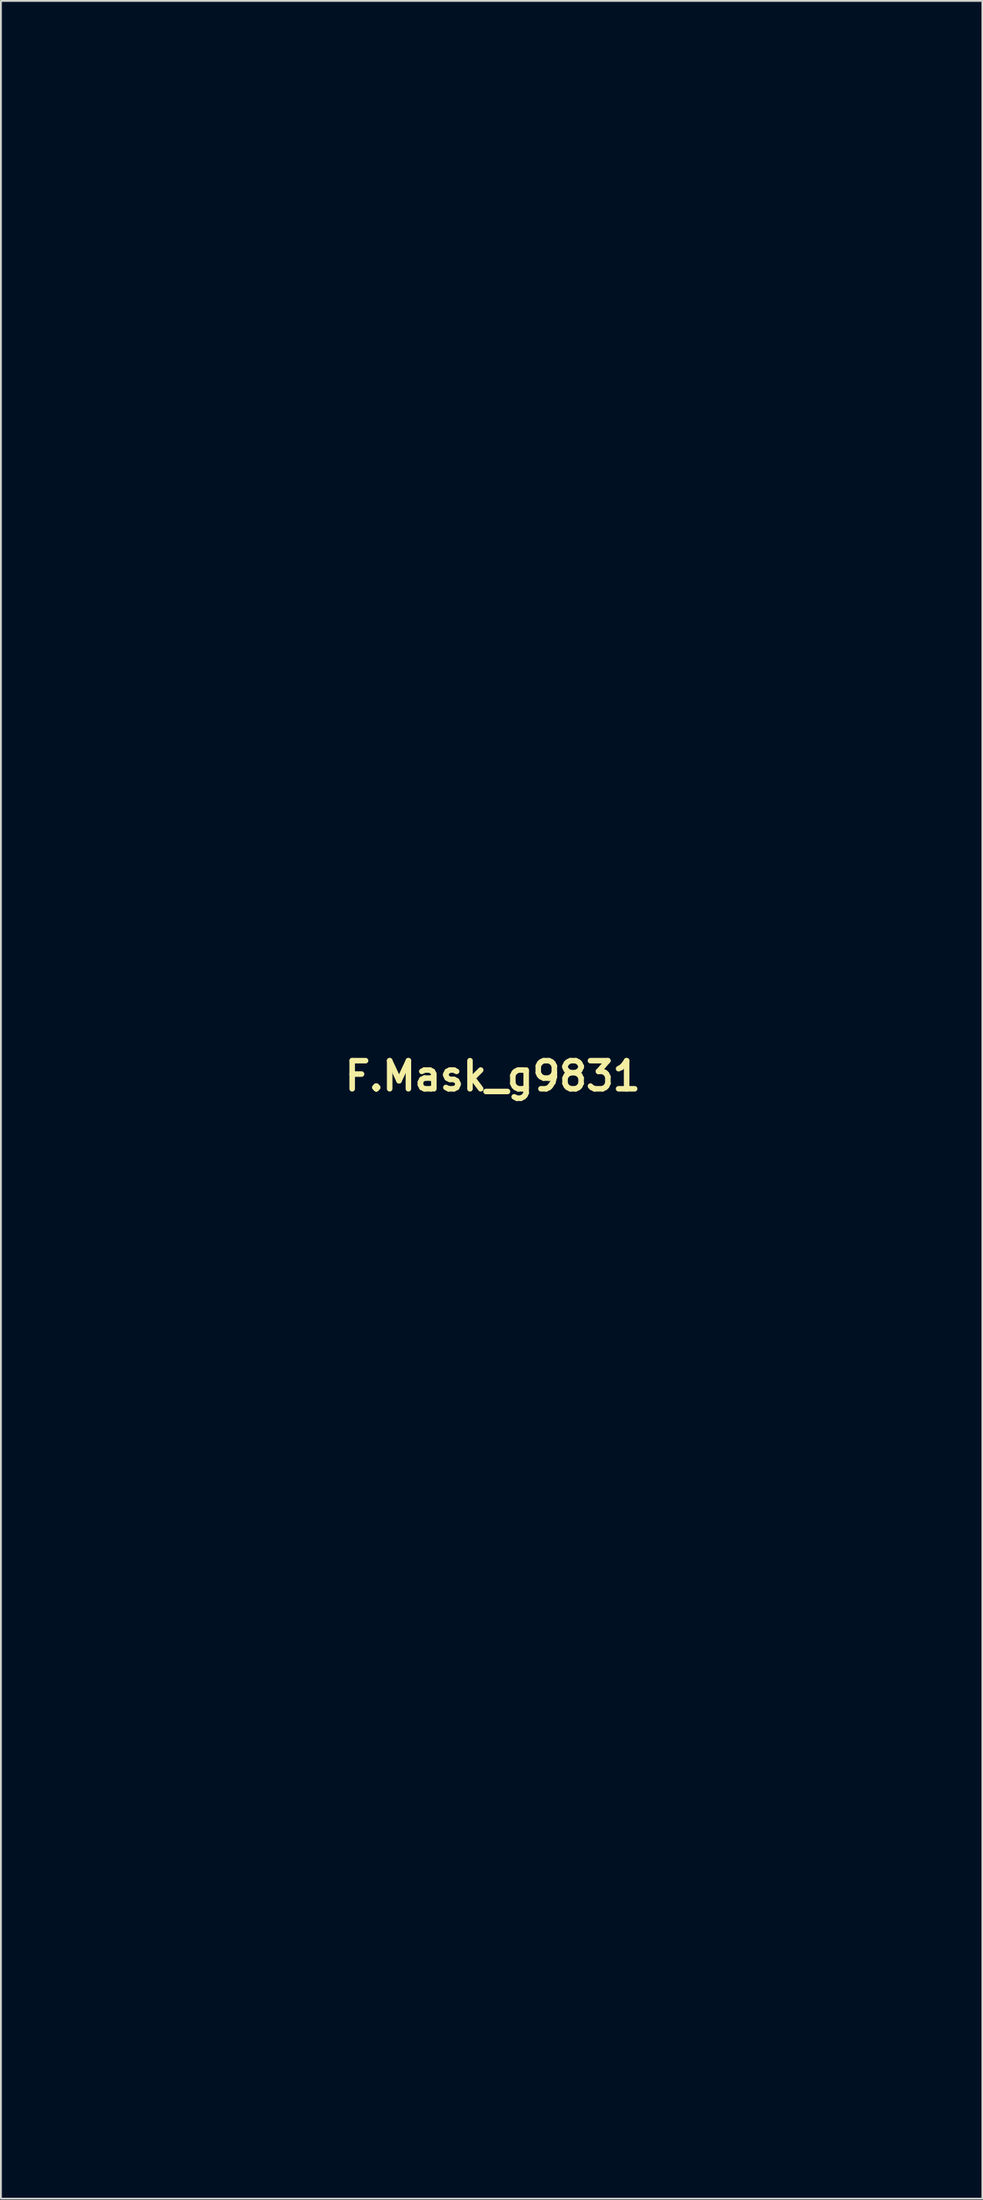
<source format=kicad_pcb>
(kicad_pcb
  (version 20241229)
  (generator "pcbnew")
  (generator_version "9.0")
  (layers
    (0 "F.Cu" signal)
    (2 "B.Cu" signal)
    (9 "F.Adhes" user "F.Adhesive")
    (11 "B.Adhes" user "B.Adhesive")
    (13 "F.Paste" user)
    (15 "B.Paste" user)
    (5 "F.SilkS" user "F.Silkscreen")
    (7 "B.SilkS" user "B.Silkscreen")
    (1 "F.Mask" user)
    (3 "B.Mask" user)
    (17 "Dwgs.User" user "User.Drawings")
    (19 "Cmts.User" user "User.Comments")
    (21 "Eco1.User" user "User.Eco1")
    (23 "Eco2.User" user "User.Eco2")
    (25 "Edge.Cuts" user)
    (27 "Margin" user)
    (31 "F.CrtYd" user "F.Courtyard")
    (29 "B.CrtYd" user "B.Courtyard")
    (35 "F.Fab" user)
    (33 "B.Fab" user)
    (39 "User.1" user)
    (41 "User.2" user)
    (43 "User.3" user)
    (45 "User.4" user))
  (footprint "F.Mask_g9831"
    (layer "F.Cu")
    (at 23.662 55.255)
    (property "Reference" "F.Mask_g9831" (at 0 0 0) (layer "F.SilkS") (effects (font (size 1.524 1.524) (thickness 0.3))))
    (attr through_hole)
    (fp_poly (pts (xy 0.212 52.642) (xy 0.252 52.68) (xy 0.254 52.686) (xy 0.221 52.705) (xy 0.212 52.705) (xy 0.171 52.672) (xy 0.169 52.66) (xy 0.195 52.635) (xy 0.212 52.642)) (stroke (width 0.01) (type solid)) (fill yes) (layer "F.Mask"))
    (fp_poly (pts (xy -13.843 -54.441) (xy -15.663 -54.441) (xy -15.663 -53.044) (xy -14.012 -53.044) (xy -14.012 -52.663) (xy -15.663 -52.663) (xy -15.663 -51.013) (xy -14.658 -51.002) (xy -13.652 -50.99) (xy -13.639 -50.811) (xy -13.626 -50.631) (xy -18.373 -50.631) (xy -18.373 -51.012) (xy -17.653 -51.012) (xy -17.653 -53.467) (xy -17.23 -53.467) (xy -17.23 -51.012) (xy -16.087 -51.012) (xy -16.087 -54.441) (xy -18.161 -54.441) (xy -18.161 -54.822) (xy -13.843 -54.822) (xy -13.843 -54.441)) (stroke (width 0.01) (type solid)) (fill yes) (layer "F.Mask"))
    (fp_poly (pts (xy -20.391 -53.359) (xy -20.185 -53.216) (xy -19.939 -53.038) (xy -19.678 -52.841) (xy -19.425 -52.644) (xy -19.204 -52.465) (xy -19.092 -52.369) (xy -18.902 -52.203) (xy -19.048 -52.052) (xy -19.137 -51.965) (xy -19.202 -51.91) (xy -19.22 -51.901) (xy -19.262 -51.929) (xy -19.338 -51.999) (xy -19.37 -52.032) (xy -19.475 -52.133) (xy -19.632 -52.272) (xy -19.826 -52.436) (xy -20.041 -52.612) (xy -20.263 -52.789) (xy -20.475 -52.953) (xy -20.663 -53.092) (xy -20.669 -53.096) (xy -20.997 -53.33) (xy -20.846 -53.445) (xy -20.695 -53.56) (xy -20.391 -53.359)) (stroke (width 0.01) (type solid)) (fill yes) (layer "F.Mask"))
    (fp_poly (pts (xy 15.938 -55.224) (xy 15.962 -54.271) (xy 17.865 -54.271) (xy 17.865 -51.816) (xy 17.441 -51.816) (xy 17.441 -52.112) (xy 15.961 -52.112) (xy 15.938 -50.398) (xy 15.737 -50.385) (xy 15.536 -50.372) (xy 15.536 -52.112) (xy 14.012 -52.112) (xy 14.012 -51.774) (xy 13.631 -51.774) (xy 13.631 -53.89) (xy 14.012 -53.89) (xy 14.012 -52.493) (xy 15.536 -52.493) (xy 15.536 -53.89) (xy 15.96 -53.89) (xy 15.96 -52.493) (xy 17.441 -52.493) (xy 17.441 -53.89) (xy 15.96 -53.89) (xy 15.536 -53.89) (xy 14.012 -53.89) (xy 13.631 -53.89) (xy 13.631 -54.271) (xy 15.536 -54.271) (xy 15.536 -55.25) (xy 15.938 -55.224)) (stroke (width 0.01) (type solid)) (fill yes) (layer "F.Mask"))
    (fp_poly (pts (xy 22.79 -53.16) (xy 22.932 -52.932) (xy 23.074 -52.681) (xy 23.208 -52.422) (xy 23.329 -52.17) (xy 23.428 -51.939) (xy 23.499 -51.746) (xy 23.534 -51.604) (xy 23.537 -51.568) (xy 23.503 -51.535) (xy 23.419 -51.487) (xy 23.316 -51.437) (xy 23.223 -51.402) (xy 23.18 -51.393) (xy 23.16 -51.43) (xy 23.122 -51.527) (xy 23.074 -51.665) (xy 23.069 -51.678) (xy 22.962 -51.963) (xy 22.82 -52.283) (xy 22.657 -52.607) (xy 22.49 -52.903) (xy 22.415 -53.02) (xy 22.328 -53.156) (xy 22.261 -53.261) (xy 22.227 -53.319) (xy 22.225 -53.324) (xy 22.259 -53.35) (xy 22.345 -53.399) (xy 22.392 -53.423) (xy 22.559 -53.509) (xy 22.79 -53.16)) (stroke (width 0.01) (type solid)) (fill yes) (layer "F.Mask"))
    (fp_poly (pts (xy 19.312 -53.296) (xy 19.422 -53.272) (xy 19.491 -53.25) (xy 19.498 -53.245) (xy 19.504 -53.191) (xy 19.493 -53.072) (xy 19.468 -52.902) (xy 19.431 -52.699) (xy 19.386 -52.479) (xy 19.341 -52.282) (xy 19.293 -52.115) (xy 19.229 -51.926) (xy 19.155 -51.731) (xy 19.078 -51.547) (xy 19.006 -51.391) (xy 18.944 -51.278) (xy 18.9 -51.226) (xy 18.894 -51.224) (xy 18.839 -51.245) (xy 18.744 -51.297) (xy 18.711 -51.317) (xy 18.616 -51.376) (xy 18.558 -51.412) (xy 18.551 -51.416) (xy 18.564 -51.453) (xy 18.612 -51.541) (xy 18.665 -51.631) (xy 18.791 -51.88) (xy 18.907 -52.193) (xy 19.006 -52.55) (xy 19.078 -52.91) (xy 19.147 -53.326) (xy 19.312 -53.296)) (stroke (width 0.01) (type solid)) (fill yes) (layer "F.Mask"))
    (fp_poly (pts (xy -19.05 -54.441) (xy -20.736 -54.441) (xy -21.082 -53.892) (xy -21.082 -50.419) (xy -21.505 -50.419) (xy -21.505 -53.347) (xy -21.823 -53.027) (xy -22.306 -52.581) (xy -22.82 -52.186) (xy -23.091 -52.006) (xy -23.415 -51.804) (xy -23.538 -51.948) (xy -23.63 -52.07) (xy -23.657 -52.15) (xy -23.621 -52.201) (xy -23.582 -52.218) (xy -23.48 -52.265) (xy -23.328 -52.356) (xy -23.142 -52.478) (xy -22.939 -52.621) (xy -22.733 -52.774) (xy -22.541 -52.926) (xy -22.487 -52.971) (xy -22.15 -53.283) (xy -21.822 -53.636) (xy -21.53 -54) (xy -21.414 -54.166) (xy -21.244 -54.419) (xy -22.401 -54.441) (xy -23.558 -54.462) (xy -23.558 -54.843) (xy -21.304 -54.854) (xy -19.05 -54.865) (xy -19.05 -54.441)) (stroke (width 0.01) (type solid)) (fill yes) (layer "F.Mask"))
    (fp_poly (pts (xy 20.647 -55.073) (xy 20.784 -55.015) (xy 20.962 -54.933) (xy 21.166 -54.835) (xy 21.38 -54.73) (xy 21.59 -54.624) (xy 21.78 -54.526) (xy 21.934 -54.442) (xy 22.037 -54.382) (xy 22.07 -54.358) (xy 22.065 -54.314) (xy 22.029 -54.228) (xy 21.977 -54.126) (xy 21.924 -54.035) (xy 21.882 -53.982) (xy 21.87 -53.978) (xy 21.835 -54.001) (xy 21.751 -54.058) (xy 21.675 -54.109) (xy 21.541 -54.19) (xy 21.351 -54.295) (xy 21.126 -54.413) (xy 20.888 -54.534) (xy 20.657 -54.646) (xy 20.456 -54.739) (xy 20.308 -54.8) (xy 20.189 -54.849) (xy 20.109 -54.888) (xy 20.09 -54.902) (xy 20.105 -54.947) (xy 20.164 -55.027) (xy 20.196 -55.065) (xy 20.319 -55.202) (xy 20.647 -55.073)) (stroke (width 0.01) (type solid)) (fill yes) (layer "F.Mask"))
    (fp_poly (pts (xy 2.482 54.524) (xy 2.578 54.592) (xy 2.711 54.758) (xy 2.779 54.974) (xy 2.783 55.216) (xy 2.741 55.406) (xy 2.652 55.533) (xy 2.507 55.603) (xy 2.298 55.624) (xy 2.294 55.624) (xy 2.137 55.612) (xy 1.997 55.583) (xy 1.937 55.56) (xy 1.803 55.44) (xy 1.719 55.264) (xy 1.699 55.108) (xy 2.16 55.108) (xy 2.168 55.212) (xy 2.188 55.26) (xy 2.246 55.28) (xy 2.293 55.226) (xy 2.32 55.108) (xy 2.321 55.099) (xy 2.317 54.975) (xy 2.289 54.893) (xy 2.245 54.868) (xy 2.2 54.907) (xy 2.172 54.993) (xy 2.16 55.108) (xy 1.699 55.108) (xy 1.693 55.067) (xy 1.727 54.845) (xy 1.817 54.666) (xy 1.951 54.538) (xy 2.115 54.466) (xy 2.297 54.459) (xy 2.482 54.524)) (stroke (width 0.01) (type solid)) (fill yes) (layer "F.Mask"))
    (fp_poly (pts (xy -3.856 54.491) (xy -3.69 54.598) (xy -3.564 54.772) (xy -3.553 54.793) (xy -3.488 55.005) (xy -3.48 55.208) (xy -3.526 55.386) (xy -3.622 55.521) (xy -3.685 55.564) (xy -3.867 55.618) (xy -4.074 55.622) (xy -4.27 55.577) (xy -4.365 55.529) (xy -4.5 55.392) (xy -4.574 55.218) (xy -4.583 55.124) (xy -4.106 55.124) (xy -4.09 55.228) (xy -4.088 55.231) (xy -4.048 55.286) (xy -4.005 55.27) (xy -3.972 55.195) (xy -3.958 55.076) (xy -3.958 55.072) (xy -3.967 54.948) (xy -3.996 54.892) (xy -4.022 54.885) (xy -4.066 54.922) (xy -4.096 55.012) (xy -4.106 55.124) (xy -4.583 55.124) (xy -4.591 55.025) (xy -4.553 54.834) (xy -4.46 54.663) (xy -4.317 54.534) (xy -4.249 54.499) (xy -4.047 54.456) (xy -3.856 54.491)) (stroke (width 0.01) (type solid)) (fill yes) (layer "F.Mask"))
    (fp_poly (pts (xy -2.354 56.303) (xy -2.163 56.374) (xy -1.997 56.504) (xy -1.872 56.691) (xy -1.84 56.773) (xy -1.786 57.019) (xy -1.784 57.255) (xy -1.832 57.461) (xy -1.926 57.616) (xy -2.112 57.751) (xy -2.334 57.815) (xy -2.579 57.805) (xy -2.724 57.766) (xy -2.946 57.647) (xy -3.104 57.478) (xy -3.193 57.265) (xy -3.2 57.17) (xy -2.582 57.17) (xy -2.567 57.267) (xy -2.553 57.293) (xy -2.484 57.322) (xy -2.424 57.279) (xy -2.386 57.173) (xy -2.379 57.12) (xy -2.382 56.983) (xy -2.407 56.867) (xy -2.416 56.848) (xy -2.457 56.783) (xy -2.491 56.79) (xy -2.524 56.833) (xy -2.558 56.919) (xy -2.578 57.043) (xy -2.582 57.17) (xy -3.2 57.17) (xy -3.211 57.016) (xy -3.172 56.8) (xy -3.076 56.587) (xy -2.932 56.431) (xy -2.753 56.331) (xy -2.555 56.288) (xy -2.354 56.303)) (stroke (width 0.01) (type solid)) (fill yes) (layer "F.Mask"))
    (fp_poly (pts (xy 5.657 56.289) (xy 5.855 56.334) (xy 5.969 56.379) (xy 6.075 56.448) (xy 6.122 56.536) (xy 6.13 56.586) (xy 6.131 56.676) (xy 6.095 56.725) (xy 6.001 56.761) (xy 5.982 56.766) (xy 5.865 56.795) (xy 5.779 56.81) (xy 5.768 56.811) (xy 5.737 56.817) (xy 5.721 56.845) (xy 5.72 56.911) (xy 5.734 57.031) (xy 5.755 57.181) (xy 5.771 57.435) (xy 5.739 57.629) (xy 5.662 57.758) (xy 5.542 57.82) (xy 5.382 57.81) (xy 5.305 57.785) (xy 5.219 57.732) (xy 5.163 57.647) (xy 5.133 57.516) (xy 5.126 57.325) (xy 5.132 57.164) (xy 5.153 56.769) (xy 5.032 56.769) (xy 4.915 56.74) (xy 4.811 56.668) (xy 4.748 56.577) (xy 4.741 56.539) (xy 4.78 56.446) (xy 4.886 56.371) (xy 5.043 56.316) (xy 5.234 56.282) (xy 5.444 56.273) (xy 5.657 56.289)) (stroke (width 0.01) (type solid)) (fill yes) (layer "F.Mask"))
    (fp_poly (pts (xy -0.253 54.463) (xy -0.179 54.534) (xy -0.133 54.665) (xy -0.111 54.865) (xy -0.108 55.005) (xy -0.116 55.261) (xy -0.147 55.442) (xy -0.203 55.556) (xy -0.29 55.611) (xy -0.394 55.618) (xy -0.481 55.597) (xy -0.549 55.543) (xy -0.621 55.435) (xy -0.645 55.393) (xy -0.76 55.181) (xy -0.761 55.353) (xy -0.78 55.507) (xy -0.842 55.594) (xy -0.956 55.625) (xy -0.981 55.626) (xy -1.105 55.588) (xy -1.168 55.52) (xy -1.203 55.448) (xy -1.221 55.351) (xy -1.226 55.209) (xy -1.22 55.027) (xy -1.208 54.839) (xy -1.193 54.715) (xy -1.168 54.637) (xy -1.129 54.584) (xy -1.104 54.562) (xy -0.972 54.489) (xy -0.851 54.495) (xy -0.737 54.582) (xy -0.624 54.753) (xy -0.621 54.758) (xy -0.554 54.885) (xy -0.552 54.714) (xy -0.53 54.556) (xy -0.466 54.467) (xy -0.358 54.441) (xy -0.253 54.463)) (stroke (width 0.01) (type solid)) (fill yes) (layer "F.Mask"))
    (fp_poly (pts (xy 6.182 54.482) (xy 6.326 54.569) (xy 6.393 54.655) (xy 6.413 54.758) (xy 6.37 54.842) (xy 6.284 54.897) (xy 6.178 54.91) (xy 6.071 54.87) (xy 6.039 54.843) (xy 5.977 54.791) (xy 5.951 54.779) (xy 5.935 54.817) (xy 5.928 54.909) (xy 5.928 55.029) (xy 5.935 55.147) (xy 5.948 55.234) (xy 5.961 55.261) (xy 6.017 55.255) (xy 6.11 55.213) (xy 6.134 55.199) (xy 6.273 55.139) (xy 6.372 55.149) (xy 6.426 55.227) (xy 6.434 55.301) (xy 6.419 55.436) (xy 6.364 55.522) (xy 6.279 55.577) (xy 6.152 55.614) (xy 5.989 55.625) (xy 5.826 55.61) (xy 5.7 55.571) (xy 5.682 55.56) (xy 5.562 55.428) (xy 5.488 55.249) (xy 5.461 55.046) (xy 5.481 54.842) (xy 5.548 54.659) (xy 5.662 54.522) (xy 5.678 54.51) (xy 5.831 54.447) (xy 6.008 54.439) (xy 6.182 54.482)) (stroke (width 0.01) (type solid)) (fill yes) (layer "F.Mask"))
    (fp_poly (pts (xy -2.735 54.449) (xy -2.594 54.479) (xy -2.581 54.484) (xy -2.415 54.587) (xy -2.319 54.721) (xy -2.29 54.869) (xy -2.328 55.013) (xy -2.431 55.138) (xy -2.598 55.227) (xy -2.642 55.24) (xy -2.759 55.274) (xy -2.816 55.317) (xy -2.839 55.393) (xy -2.844 55.446) (xy -2.858 55.548) (xy -2.895 55.595) (xy -2.981 55.614) (xy -3.03 55.618) (xy -3.173 55.611) (xy -3.258 55.564) (xy -3.263 55.558) (xy -3.297 55.475) (xy -3.321 55.331) (xy -3.336 55.151) (xy -3.341 54.959) (xy -3.338 54.873) (xy -2.879 54.873) (xy -2.879 55.01) (xy -2.789 54.92) (xy -2.734 54.843) (xy -2.728 54.784) (xy -2.788 54.733) (xy -2.844 54.754) (xy -2.876 54.836) (xy -2.879 54.873) (xy -3.338 54.873) (xy -3.335 54.779) (xy -3.318 54.634) (xy -3.289 54.55) (xy -3.207 54.496) (xy -3.069 54.46) (xy -2.902 54.443) (xy -2.735 54.449)) (stroke (width 0.01) (type solid)) (fill yes) (layer "F.Mask"))
    (fp_poly (pts (xy -1.528 54.455) (xy -1.462 54.489) (xy -1.44 54.554) (xy -1.439 54.565) (xy -1.47 54.637) (xy -1.572 54.684) (xy -1.577 54.686) (xy -1.675 54.73) (xy -1.727 54.788) (xy -1.728 54.793) (xy -1.72 54.84) (xy -1.661 54.86) (xy -1.574 54.864) (xy -1.44 54.886) (xy -1.375 54.942) (xy -1.382 55.012) (xy -1.462 55.08) (xy -1.549 55.112) (xy -1.644 55.158) (xy -1.687 55.216) (xy -1.672 55.266) (xy -1.593 55.287) (xy -1.485 55.311) (xy -1.447 55.383) (xy -1.457 55.447) (xy -1.526 55.537) (xy -1.649 55.608) (xy -1.799 55.648) (xy -1.947 55.648) (xy -2.012 55.629) (xy -2.106 55.577) (xy -2.168 55.503) (xy -2.203 55.39) (xy -2.218 55.222) (xy -2.22 55.058) (xy -2.214 54.831) (xy -2.195 54.673) (xy -2.153 54.571) (xy -2.08 54.51) (xy -1.965 54.477) (xy -1.843 54.46) (xy -1.65 54.446) (xy -1.528 54.455)) (stroke (width 0.01) (type solid)) (fill yes) (layer "F.Mask"))
    (fp_poly (pts (xy 1.267 54.461) (xy 1.389 54.516) (xy 1.465 54.59) (xy 1.484 54.673) (xy 1.438 54.752) (xy 1.393 54.781) (xy 1.31 54.805) (xy 1.233 54.762) (xy 1.223 54.754) (xy 1.153 54.706) (xy 1.101 54.722) (xy 1.089 54.734) (xy 1.063 54.786) (xy 1.111 54.833) (xy 1.116 54.837) (xy 1.333 54.982) (xy 1.474 55.108) (xy 1.546 55.223) (xy 1.552 55.333) (xy 1.505 55.438) (xy 1.379 55.558) (xy 1.202 55.629) (xy 0.995 55.645) (xy 0.835 55.619) (xy 0.699 55.556) (xy 0.618 55.464) (xy 0.605 55.361) (xy 0.61 55.345) (xy 0.646 55.307) (xy 0.726 55.299) (xy 0.825 55.311) (xy 0.956 55.321) (xy 1.009 55.301) (xy 0.981 55.254) (xy 0.878 55.185) (xy 0.709 55.055) (xy 0.617 54.911) (xy 0.597 54.767) (xy 0.645 54.635) (xy 0.757 54.528) (xy 0.93 54.459) (xy 1.11 54.441) (xy 1.267 54.461)) (stroke (width 0.01) (type solid)) (fill yes) (layer "F.Mask"))
    (fp_poly (pts (xy 3.929 54.47) (xy 4.015 54.54) (xy 4.02 54.545) (xy 4.075 54.613) (xy 4.1 54.685) (xy 4.102 54.79) (xy 4.092 54.909) (xy 4.036 55.205) (xy 3.94 55.428) (xy 3.805 55.578) (xy 3.632 55.654) (xy 3.421 55.654) (xy 3.264 55.613) (xy 3.106 55.527) (xy 3.005 55.396) (xy 2.955 55.207) (xy 2.947 55.062) (xy 2.967 54.807) (xy 3.024 54.626) (xy 3.117 54.518) (xy 3.247 54.486) (xy 3.346 54.505) (xy 3.392 54.524) (xy 3.417 54.559) (xy 3.426 54.628) (xy 3.42 54.751) (xy 3.41 54.872) (xy 3.396 55.039) (xy 3.393 55.138) (xy 3.405 55.186) (xy 3.435 55.199) (xy 3.477 55.195) (xy 3.527 55.18) (xy 3.562 55.139) (xy 3.587 55.055) (xy 3.611 54.91) (xy 3.62 54.851) (xy 3.654 54.656) (xy 3.696 54.532) (xy 3.755 54.465) (xy 3.838 54.442) (xy 3.856 54.441) (xy 3.929 54.47)) (stroke (width 0.01) (type solid)) (fill yes) (layer "F.Mask"))
    (fp_poly (pts (xy 0.791 56.327) (xy 0.985 56.431) (xy 1.135 56.605) (xy 1.244 56.852) (xy 1.254 56.885) (xy 1.296 57.141) (xy 1.273 57.37) (xy 1.185 57.56) (xy 1.038 57.7) (xy 1.035 57.701) (xy 0.854 57.775) (xy 0.636 57.808) (xy 0.421 57.795) (xy 0.386 57.787) (xy 0.172 57.693) (xy 0.003 57.537) (xy -0.111 57.337) (xy -0.156 57.11) (xy 0.466 57.11) (xy 0.475 57.237) (xy 0.511 57.3) (xy 0.586 57.319) (xy 0.6 57.319) (xy 0.646 57.306) (xy 0.669 57.255) (xy 0.676 57.144) (xy 0.677 57.097) (xy 0.67 56.959) (xy 0.653 56.852) (xy 0.64 56.818) (xy 0.596 56.797) (xy 0.545 56.841) (xy 0.5 56.929) (xy 0.471 57.042) (xy 0.466 57.11) (xy -0.156 57.11) (xy -0.156 57.109) (xy -0.153 57.01) (xy -0.091 56.75) (xy 0.026 56.54) (xy 0.191 56.389) (xy 0.396 56.305) (xy 0.55 56.29) (xy 0.791 56.327)) (stroke (width 0.01) (type solid)) (fill yes) (layer "F.Mask"))
    (fp_poly (pts (xy -3.8 56.287) (xy -3.625 56.359) (xy -3.497 56.467) (xy -3.434 56.6) (xy -3.429 56.648) (xy -3.463 56.772) (xy -3.551 56.851) (xy -3.671 56.88) (xy -3.803 56.855) (xy -3.926 56.771) (xy -3.931 56.766) (xy -3.974 56.724) (xy -4 56.721) (xy -4.018 56.77) (xy -4.033 56.884) (xy -4.042 56.962) (xy -4.054 57.15) (xy -4.04 57.263) (xy -3.993 57.309) (xy -3.907 57.294) (xy -3.81 57.245) (xy -3.636 57.167) (xy -3.506 57.159) (xy -3.423 57.221) (xy -3.388 57.351) (xy -3.387 57.386) (xy -3.426 57.552) (xy -3.537 57.684) (xy -3.712 57.771) (xy -3.743 57.78) (xy -3.888 57.813) (xy -3.99 57.822) (xy -4.088 57.804) (xy -4.206 57.766) (xy -4.412 57.659) (xy -4.553 57.506) (xy -4.632 57.302) (xy -4.651 57.041) (xy -4.646 56.962) (xy -4.597 56.688) (xy -4.498 56.482) (xy -4.349 56.344) (xy -4.149 56.272) (xy -4.008 56.261) (xy -3.8 56.287)) (stroke (width 0.01) (type solid)) (fill yes) (layer "F.Mask"))
    (fp_poly (pts (xy 7.28 54.454) (xy 7.342 54.484) (xy 7.365 54.542) (xy 7.366 54.571) (xy 7.335 54.642) (xy 7.239 54.68) (xy 7.139 54.722) (xy 7.112 54.785) (xy 7.131 54.84) (xy 7.203 54.862) (xy 7.258 54.864) (xy 7.363 54.875) (xy 7.426 54.902) (xy 7.429 54.905) (xy 7.434 54.981) (xy 7.384 55.06) (xy 7.303 55.112) (xy 7.263 55.118) (xy 7.186 55.14) (xy 7.137 55.189) (xy 7.133 55.24) (xy 7.166 55.264) (xy 7.287 55.305) (xy 7.347 55.343) (xy 7.365 55.395) (xy 7.366 55.412) (xy 7.328 55.501) (xy 7.229 55.577) (xy 7.093 55.63) (xy 6.945 55.652) (xy 6.807 55.635) (xy 6.787 55.627) (xy 6.694 55.56) (xy 6.642 55.491) (xy 6.615 55.395) (xy 6.6 55.242) (xy 6.595 55.058) (xy 6.6 54.872) (xy 6.616 54.71) (xy 6.641 54.604) (xy 6.671 54.544) (xy 6.72 54.507) (xy 6.809 54.483) (xy 6.959 54.465) (xy 6.98 54.462) (xy 7.164 54.448) (xy 7.28 54.454)) (stroke (width 0.01) (type solid)) (fill yes) (layer "F.Mask"))
    (fp_poly (pts (xy 7.472 -54.928) (xy 7.498 -54.568) (xy 6.985 -54.568) (xy 6.985 -53.044) (xy 7.578 -53.044) (xy 7.578 -52.663) (xy 6.985 -52.663) (xy 6.985 -50.377) (xy 6.604 -50.377) (xy 6.604 -52.663) (xy 5.763 -52.663) (xy 5.738 -52.419) (xy 5.693 -52.036) (xy 5.642 -51.72) (xy 5.581 -51.454) (xy 5.506 -51.219) (xy 5.412 -50.999) (xy 5.376 -50.925) (xy 5.303 -50.793) (xy 5.216 -50.654) (xy 5.129 -50.526) (xy 5.055 -50.429) (xy 5.006 -50.381) (xy 4.999 -50.379) (xy 4.953 -50.404) (xy 4.869 -50.465) (xy 4.839 -50.488) (xy 4.705 -50.595) (xy 4.839 -50.772) (xy 5.038 -51.094) (xy 5.191 -51.485) (xy 5.3 -51.945) (xy 5.355 -52.356) (xy 5.385 -52.663) (xy 4.784 -52.663) (xy 4.784 -53.044) (xy 5.376 -53.044) (xy 5.376 -54.568) (xy 5.757 -54.568) (xy 5.757 -53.044) (xy 6.604 -53.044) (xy 6.604 -54.568) (xy 5.757 -54.568) (xy 5.376 -54.568) (xy 4.953 -54.568) (xy 4.953 -54.95) (xy 7.472 -54.928)) (stroke (width 0.01) (type solid)) (fill yes) (layer "F.Mask"))
    (fp_poly (pts (xy -0.726 56.293) (xy -0.554 56.371) (xy -0.429 56.487) (xy -0.392 56.552) (xy -0.361 56.648) (xy -0.376 56.715) (xy -0.446 56.795) (xy -0.446 56.796) (xy -0.573 56.873) (xy -0.708 56.87) (xy -0.835 56.788) (xy -0.853 56.767) (xy -0.915 56.705) (xy -0.949 56.684) (xy -0.961 56.723) (xy -0.969 56.826) (xy -0.974 56.972) (xy -0.974 57.002) (xy -0.966 57.186) (xy -0.94 57.292) (xy -0.888 57.326) (xy -0.804 57.295) (xy -0.72 57.235) (xy -0.579 57.163) (xy -0.448 57.164) (xy -0.363 57.217) (xy -0.31 57.29) (xy -0.302 57.376) (xy -0.336 57.505) (xy -0.34 57.516) (xy -0.426 57.645) (xy -0.572 57.74) (xy -0.756 57.797) (xy -0.958 57.809) (xy -1.155 57.768) (xy -1.156 57.768) (xy -1.335 57.681) (xy -1.456 57.562) (xy -1.547 57.385) (xy -1.549 57.377) (xy -1.597 57.165) (xy -1.595 56.935) (xy -1.546 56.711) (xy -1.459 56.516) (xy -1.337 56.371) (xy -1.295 56.341) (xy -1.118 56.273) (xy -0.921 56.259) (xy -0.726 56.293)) (stroke (width 0.01) (type solid)) (fill yes) (layer "F.Mask"))
    (fp_poly (pts (xy 4.375 56.292) (xy 4.44 56.322) (xy 4.532 56.388) (xy 4.587 56.481) (xy 4.611 56.618) (xy 4.608 56.816) (xy 4.602 56.892) (xy 4.549 57.216) (xy 4.449 57.483) (xy 4.314 57.676) (xy 4.228 57.751) (xy 4.133 57.792) (xy 3.995 57.811) (xy 3.95 57.814) (xy 3.767 57.811) (xy 3.599 57.785) (xy 3.545 57.769) (xy 3.359 57.678) (xy 3.235 57.557) (xy 3.163 57.392) (xy 3.134 57.168) (xy 3.133 57.086) (xy 3.146 56.803) (xy 3.186 56.593) (xy 3.257 56.449) (xy 3.361 56.361) (xy 3.368 56.357) (xy 3.48 56.316) (xy 3.575 56.322) (xy 3.638 56.344) (xy 3.714 56.39) (xy 3.757 56.46) (xy 3.769 56.568) (xy 3.752 56.731) (xy 3.719 56.913) (xy 3.694 57.055) (xy 3.693 57.141) (xy 3.716 57.198) (xy 3.741 57.226) (xy 3.814 57.272) (xy 3.885 57.251) (xy 3.928 57.198) (xy 3.959 57.095) (xy 3.984 56.925) (xy 3.989 56.871) (xy 4.024 56.607) (xy 4.077 56.421) (xy 4.15 56.31) (xy 4.249 56.268) (xy 4.375 56.292)) (stroke (width 0.01) (type solid)) (fill yes) (layer "F.Mask"))
    (fp_poly (pts (xy -9.313 -52.578) (xy -10.456 -52.578) (xy -10.456 -52.155) (xy -8.846 -52.155) (xy -8.857 -51.471) (xy -8.862 -51.216) (xy -8.868 -51.033) (xy -8.876 -50.906) (xy -8.89 -50.824) (xy -8.91 -50.772) (xy -8.94 -50.737) (xy -8.975 -50.709) (xy -9.067 -50.663) (xy -9.212 -50.63) (xy -9.423 -50.607) (xy -9.471 -50.603) (xy -9.654 -50.591) (xy -9.77 -50.589) (xy -9.838 -50.598) (xy -9.873 -50.624) (xy -9.895 -50.667) (xy -9.899 -50.677) (xy -9.951 -50.815) (xy -9.972 -50.901) (xy -9.952 -50.947) (xy -9.879 -50.966) (xy -9.74 -50.97) (xy -9.613 -50.969) (xy -9.229 -50.969) (xy -9.229 -51.774) (xy -10.456 -51.774) (xy -10.456 -50.377) (xy -10.837 -50.377) (xy -10.837 -51.774) (xy -12.15 -51.774) (xy -12.15 -50.631) (xy -12.531 -50.631) (xy -12.531 -52.155) (xy -10.837 -52.155) (xy -10.837 -52.578) (xy -12.065 -52.578) (xy -12.065 -53.382) (xy -11.684 -53.382) (xy -11.684 -52.874) (xy -9.694 -52.874) (xy -9.694 -53.382) (xy -11.684 -53.382) (xy -12.065 -53.382) (xy -12.065 -53.679) (xy -9.313 -53.679) (xy -9.313 -52.578)) (stroke (width 0.01) (type solid)) (fill yes) (layer "F.Mask"))
    (fp_poly (pts (xy 4.887 54.452) (xy 5.042 54.481) (xy 5.148 54.54) (xy 5.194 54.586) (xy 5.275 54.734) (xy 5.284 54.892) (xy 5.222 55.036) (xy 5.202 55.06) (xy 5.111 55.156) (xy 5.223 55.289) (xy 5.304 55.394) (xy 5.327 55.463) (xy 5.293 55.519) (xy 5.24 55.56) (xy 5.094 55.621) (xy 4.952 55.608) (xy 4.837 55.524) (xy 4.835 55.522) (xy 4.753 55.418) (xy 4.706 55.522) (xy 4.656 55.593) (xy 4.574 55.622) (xy 4.493 55.626) (xy 4.364 55.609) (xy 4.278 55.565) (xy 4.275 55.561) (xy 4.255 55.494) (xy 4.244 55.365) (xy 4.241 55.198) (xy 4.246 55.014) (xy 4.253 54.908) (xy 4.699 54.908) (xy 4.705 54.994) (xy 4.735 55.012) (xy 4.784 54.991) (xy 4.85 54.943) (xy 4.868 54.913) (xy 4.838 54.854) (xy 4.775 54.796) (xy 4.733 54.779) (xy 4.709 54.816) (xy 4.699 54.905) (xy 4.699 54.908) (xy 4.253 54.908) (xy 4.257 54.837) (xy 4.275 54.69) (xy 4.297 54.6) (xy 4.364 54.535) (xy 4.491 54.485) (xy 4.658 54.454) (xy 4.841 54.449) (xy 4.887 54.452)) (stroke (width 0.01) (type solid)) (fill yes) (layer "F.Mask"))
    (fp_poly (pts (xy 2.714 56.288) (xy 2.799 56.341) (xy 2.843 56.384) (xy 2.873 56.439) (xy 2.892 56.524) (xy 2.904 56.657) (xy 2.913 56.855) (xy 2.914 56.87) (xy 2.918 57.182) (xy 2.902 57.419) (xy 2.863 57.59) (xy 2.798 57.702) (xy 2.704 57.765) (xy 2.577 57.785) (xy 2.568 57.785) (xy 2.467 57.773) (xy 2.384 57.726) (xy 2.304 57.632) (xy 2.213 57.475) (xy 2.187 57.425) (xy 2.078 57.214) (xy 2.076 57.433) (xy 2.059 57.605) (xy 2.014 57.712) (xy 2.008 57.718) (xy 1.898 57.775) (xy 1.761 57.78) (xy 1.632 57.736) (xy 1.583 57.696) (xy 1.549 57.648) (xy 1.526 57.583) (xy 1.512 57.484) (xy 1.505 57.337) (xy 1.503 57.123) (xy 1.503 57.085) (xy 1.504 56.865) (xy 1.509 56.712) (xy 1.52 56.611) (xy 1.541 56.542) (xy 1.574 56.491) (xy 1.602 56.458) (xy 1.749 56.344) (xy 1.893 56.314) (xy 2.032 56.367) (xy 2.162 56.502) (xy 2.239 56.63) (xy 2.364 56.875) (xy 2.341 56.638) (xy 2.331 56.498) (xy 2.341 56.415) (xy 2.377 56.362) (xy 2.417 56.331) (xy 2.567 56.267) (xy 2.714 56.288)) (stroke (width 0.01) (type solid)) (fill yes) (layer "F.Mask"))
    (fp_poly (pts (xy 4.657 -54.568) (xy 4.244 -54.567) (xy 3.831 -54.566) (xy 3.698 -54.027) (xy 3.646 -53.819) (xy 3.599 -53.637) (xy 3.561 -53.498) (xy 3.537 -53.42) (xy 3.535 -53.415) (xy 3.53 -53.385) (xy 3.551 -53.364) (xy 3.613 -53.349) (xy 3.726 -53.34) (xy 3.905 -53.334) (xy 4.028 -53.331) (xy 4.551 -53.319) (xy 4.562 -52.186) (xy 4.573 -51.054) (xy 3.514 -51.054) (xy 3.514 -50.631) (xy 3.175 -50.631) (xy 3.173 -51.573) (xy 3.172 -51.877) (xy 3.17 -52.106) (xy 3.166 -52.269) (xy 3.16 -52.374) (xy 3.15 -52.431) (xy 3.137 -52.449) (xy 3.118 -52.436) (xy 3.099 -52.411) (xy 2.998 -52.269) (xy 2.933 -52.193) (xy 2.888 -52.179) (xy 2.849 -52.224) (xy 2.803 -52.326) (xy 2.797 -52.338) (xy 2.709 -52.543) (xy 2.796 -52.666) (xy 2.91 -52.856) (xy 2.959 -52.959) (xy 3.514 -52.959) (xy 3.514 -51.393) (xy 4.191 -51.393) (xy 4.191 -52.959) (xy 3.514 -52.959) (xy 2.959 -52.959) (xy 3.03 -53.109) (xy 3.148 -53.406) (xy 3.257 -53.724) (xy 3.35 -54.045) (xy 3.42 -54.348) (xy 3.423 -54.367) (xy 3.46 -54.568) (xy 2.794 -54.568) (xy 2.794 -54.949) (xy 4.657 -54.949) (xy 4.657 -54.568)) (stroke (width 0.01) (type solid)) (fill yes) (layer "F.Mask"))
    (fp_poly (pts (xy 7.094 56.286) (xy 7.203 56.301) (xy 7.28 56.335) (xy 7.341 56.385) (xy 7.428 56.484) (xy 7.442 56.564) (xy 7.387 56.644) (xy 7.373 56.657) (xy 7.274 56.713) (xy 7.171 56.722) (xy 7.097 56.685) (xy 7.085 56.663) (xy 7.032 56.608) (xy 6.961 56.603) (xy 6.908 56.645) (xy 6.9 56.68) (xy 6.941 56.757) (xy 7.064 56.851) (xy 7.132 56.892) (xy 7.331 57.025) (xy 7.451 57.163) (xy 7.499 57.316) (xy 7.481 57.494) (xy 7.479 57.502) (xy 7.435 57.589) (xy 7.341 57.664) (xy 7.227 57.724) (xy 6.987 57.806) (xy 6.762 57.817) (xy 6.54 57.763) (xy 6.436 57.725) (xy 6.373 57.703) (xy 6.366 57.701) (xy 6.348 57.666) (xy 6.311 57.582) (xy 6.307 57.571) (xy 6.275 57.472) (xy 6.289 57.41) (xy 6.318 57.376) (xy 6.39 57.334) (xy 6.469 57.358) (xy 6.561 57.388) (xy 6.669 57.402) (xy 6.764 57.398) (xy 6.814 57.376) (xy 6.816 57.368) (xy 6.783 57.328) (xy 6.697 57.262) (xy 6.607 57.202) (xy 6.421 57.054) (xy 6.31 56.893) (xy 6.275 56.728) (xy 6.317 56.567) (xy 6.439 56.42) (xy 6.465 56.399) (xy 6.558 56.336) (xy 6.649 56.301) (xy 6.769 56.285) (xy 6.925 56.282) (xy 7.094 56.286)) (stroke (width 0.01) (type solid)) (fill yes) (layer "F.Mask"))
    (fp_poly (pts (xy 20.414 -52.347) (xy 20.418 -51.921) (xy 20.424 -51.575) (xy 20.432 -51.304) (xy 20.442 -51.104) (xy 20.454 -50.969) (xy 20.468 -50.896) (xy 20.476 -50.881) (xy 20.537 -50.86) (xy 20.665 -50.841) (xy 20.84 -50.825) (xy 21.043 -50.813) (xy 21.256 -50.806) (xy 21.461 -50.805) (xy 21.637 -50.81) (xy 21.767 -50.822) (xy 21.802 -50.829) (xy 21.92 -50.885) (xy 22.008 -50.99) (xy 22.07 -51.155) (xy 22.111 -51.388) (xy 22.124 -51.532) (xy 22.138 -51.696) (xy 22.15 -51.823) (xy 22.158 -51.893) (xy 22.16 -51.901) (xy 22.198 -51.884) (xy 22.288 -51.842) (xy 22.347 -51.814) (xy 22.527 -51.727) (xy 22.5 -51.486) (xy 22.459 -51.179) (xy 22.409 -50.945) (xy 22.346 -50.772) (xy 22.262 -50.648) (xy 22.154 -50.561) (xy 22.071 -50.52) (xy 21.972 -50.498) (xy 21.808 -50.481) (xy 21.595 -50.469) (xy 21.352 -50.463) (xy 21.098 -50.462) (xy 20.85 -50.467) (xy 20.627 -50.477) (xy 20.447 -50.493) (xy 20.329 -50.514) (xy 20.32 -50.517) (xy 20.246 -50.545) (xy 20.185 -50.579) (xy 20.137 -50.627) (xy 20.099 -50.698) (xy 20.071 -50.8) (xy 20.051 -50.94) (xy 20.038 -51.127) (xy 20.029 -51.37) (xy 20.025 -51.676) (xy 20.024 -52.054) (xy 20.024 -52.313) (xy 20.024 -53.763) (xy 20.401 -53.763) (xy 20.414 -52.347)) (stroke (width 0.01) (type solid)) (fill yes) (layer "F.Mask"))
    (fp_poly (pts (xy -0.201 -54.864) (xy 1.545 -54.864) (xy 1.672 -54.757) (xy 1.799 -54.651) (xy 1.566 -54.436) (xy 1.408 -54.299) (xy 1.204 -54.138) (xy 0.974 -53.966) (xy 0.739 -53.799) (xy 0.52 -53.652) (xy 0.338 -53.539) (xy 0.284 -53.509) (xy 0.085 -53.404) (xy 0.085 -52.874) (xy 2.244 -52.874) (xy 2.244 -52.493) (xy 0.085 -52.493) (xy 0.085 -51.628) (xy 0.083 -51.359) (xy 0.077 -51.114) (xy 0.069 -50.906) (xy 0.059 -50.752) (xy 0.046 -50.664) (xy 0.044 -50.657) (xy -0.015 -50.561) (xy -0.116 -50.49) (xy -0.271 -50.44) (xy -0.489 -50.406) (xy -0.739 -50.388) (xy -1.214 -50.365) (xy -1.284 -50.541) (xy -1.327 -50.656) (xy -1.352 -50.738) (xy -1.355 -50.755) (xy -1.315 -50.77) (xy -1.208 -50.776) (xy -1.051 -50.774) (xy -0.958 -50.77) (xy -0.77 -50.762) (xy -0.602 -50.762) (xy -0.482 -50.768) (xy -0.45 -50.774) (xy -0.339 -50.802) (xy -0.339 -52.493) (xy -2.498 -52.493) (xy -2.498 -52.874) (xy -0.339 -52.874) (xy -0.339 -53.721) (xy -0.193 -53.721) (xy -0.104 -53.735) (xy 0.009 -53.781) (xy 0.161 -53.866) (xy 0.365 -53.996) (xy 0.389 -54.013) (xy 0.566 -54.133) (xy 0.722 -54.246) (xy 0.841 -54.337) (xy 0.906 -54.394) (xy 0.987 -54.483) (xy -1.947 -54.483) (xy -1.947 -54.864) (xy -0.201 -54.864)) (stroke (width 0.01) (type solid)) (fill yes) (layer "F.Mask"))
    (fp_poly (pts (xy -3.799 -54.99) (xy -3.537 -54.99) (xy -3.341 -54.985) (xy -3.206 -54.966) (xy -3.123 -54.92) (xy -3.089 -54.84) (xy -3.095 -54.713) (xy -3.137 -54.531) (xy -3.208 -54.282) (xy -3.261 -54.1) (xy -3.483 -53.331) (xy -3.288 -52.944) (xy -3.13 -52.587) (xy -3.039 -52.27) (xy -3.012 -51.982) (xy -3.05 -51.713) (xy -3.107 -51.544) (xy -3.212 -51.398) (xy -3.379 -51.305) (xy -3.602 -51.266) (xy -3.639 -51.266) (xy -3.753 -51.274) (xy -3.803 -51.304) (xy -3.811 -51.34) (xy -3.822 -51.44) (xy -3.839 -51.516) (xy -3.849 -51.588) (xy -3.817 -51.598) (xy -3.79 -51.589) (xy -3.696 -51.577) (xy -3.576 -51.586) (xy -3.573 -51.587) (xy -3.457 -51.642) (xy -3.384 -51.758) (xy -3.351 -51.941) (xy -3.356 -52.186) (xy -3.376 -52.339) (xy -3.416 -52.489) (xy -3.485 -52.661) (xy -3.587 -52.872) (xy -3.797 -53.287) (xy -3.635 -53.917) (xy -3.578 -54.138) (xy -3.53 -54.333) (xy -3.495 -54.485) (xy -3.475 -54.579) (xy -3.472 -54.599) (xy -3.503 -54.63) (xy -3.602 -54.647) (xy -3.768 -54.652) (xy -4.064 -54.652) (xy -4.064 -50.377) (xy -4.205 -50.377) (xy -4.31 -50.384) (xy -4.373 -50.403) (xy -4.374 -50.405) (xy -4.38 -50.451) (xy -4.385 -50.575) (xy -4.389 -50.767) (xy -4.393 -51.02) (xy -4.397 -51.327) (xy -4.4 -51.679) (xy -4.402 -52.069) (xy -4.403 -52.488) (xy -4.403 -52.712) (xy -4.403 -54.991) (xy -3.799 -54.99)) (stroke (width 0.01) (type solid)) (fill yes) (layer "F.Mask"))
    (fp_poly (pts (xy -4.53 -54.822) (xy -4.535 -54.713) (xy -4.563 -54.664) (xy -4.626 -54.652) (xy -4.636 -54.652) (xy -4.741 -54.652) (xy -4.741 -50.377) (xy -5.08 -50.377) (xy -5.08 -50.864) (xy -5.083 -51.088) (xy -5.091 -51.238) (xy -5.107 -51.322) (xy -5.131 -51.351) (xy -5.133 -51.351) (xy -5.193 -51.345) (xy -5.318 -51.326) (xy -5.493 -51.299) (xy -5.699 -51.265) (xy -5.745 -51.257) (xy -5.952 -51.224) (xy -6.129 -51.2) (xy -6.258 -51.186) (xy -6.324 -51.186) (xy -6.328 -51.188) (xy -6.352 -51.243) (xy -6.375 -51.345) (xy -6.378 -51.361) (xy -6.402 -51.509) (xy -6.011 -51.567) (xy -6.011 -51.6) (xy -5.718 -51.6) (xy -5.558 -51.628) (xy -5.403 -51.656) (xy -5.253 -51.684) (xy -5.249 -51.685) (xy -5.101 -51.714) (xy -5.101 -52.472) (xy -5.694 -52.472) (xy -5.706 -52.036) (xy -5.718 -51.6) (xy -6.011 -51.6) (xy -6.011 -53.552) (xy -5.715 -53.552) (xy -5.715 -53.199) (xy -5.712 -53.034) (xy -5.703 -52.902) (xy -5.691 -52.827) (xy -5.687 -52.818) (xy -5.633 -52.804) (xy -5.519 -52.794) (xy -5.37 -52.79) (xy -5.369 -52.79) (xy -5.08 -52.79) (xy -5.08 -53.552) (xy -5.715 -53.552) (xy -6.011 -53.552) (xy -6.011 -54.652) (xy -5.715 -54.652) (xy -5.715 -53.89) (xy -5.08 -53.89) (xy -5.08 -54.652) (xy -5.715 -54.652) (xy -6.011 -54.652) (xy -6.16 -54.652) (xy -6.254 -54.657) (xy -6.297 -54.689) (xy -6.307 -54.772) (xy -6.308 -54.822) (xy -6.308 -54.991) (xy -4.53 -54.991) (xy -4.53 -54.822)) (stroke (width 0.01) (type solid)) (fill yes) (layer "F.Mask"))
    (fp_poly (pts (xy -10.499 -54.398) (xy -10.001 -54.401) (xy -9.792 -54.403) (xy -9.656 -54.406) (xy -9.585 -54.414) (xy -9.568 -54.427) (xy -9.594 -54.448) (xy -9.636 -54.47) (xy -9.769 -54.536) (xy -9.576 -54.816) (xy -9.482 -54.952) (xy -9.405 -55.062) (xy -9.359 -55.125) (xy -9.354 -55.132) (xy -9.298 -55.143) (xy -9.201 -55.128) (xy -9.093 -55.094) (xy -9.008 -55.053) (xy -8.977 -55.016) (xy -9.003 -54.964) (xy -9.072 -54.866) (xy -9.17 -54.74) (xy -9.207 -54.695) (xy -9.435 -54.419) (xy -8.972 -54.408) (xy -8.509 -54.396) (xy -8.509 -53.255) (xy -8.89 -53.255) (xy -8.89 -54.06) (xy -12.531 -54.06) (xy -12.531 -53.255) (xy -12.693 -53.255) (xy -12.805 -53.262) (xy -12.876 -53.279) (xy -12.883 -53.284) (xy -12.894 -53.334) (xy -12.903 -53.453) (xy -12.909 -53.622) (xy -12.912 -53.825) (xy -12.912 -53.855) (xy -12.912 -54.398) (xy -12.484 -54.398) (xy -12.278 -54.399) (xy -12.15 -54.408) (xy -12.094 -54.439) (xy -12.101 -54.504) (xy -12.166 -54.616) (xy -12.277 -54.779) (xy -12.448 -55.031) (xy -12.294 -55.096) (xy -12.191 -55.137) (xy -12.126 -55.159) (xy -12.119 -55.16) (xy -12.079 -55.128) (xy -12.007 -55.045) (xy -11.919 -54.931) (xy -11.827 -54.806) (xy -11.749 -54.69) (xy -11.697 -54.603) (xy -11.684 -54.569) (xy -11.718 -54.533) (xy -11.802 -54.482) (xy -11.822 -54.472) (xy -11.875 -54.444) (xy -11.894 -54.425) (xy -11.87 -54.413) (xy -11.791 -54.406) (xy -11.649 -54.403) (xy -11.433 -54.401) (xy -11.419 -54.401) (xy -10.88 -54.398) (xy -10.88 -55.245) (xy -10.499 -55.245) (xy -10.499 -54.398)) (stroke (width 0.01) (type solid)) (fill yes) (layer "F.Mask"))
    (fp_poly (pts (xy -6.773 -54.106) (xy -6.488 -54.093) (xy -6.202 -54.081) (xy -6.189 -53.901) (xy -6.176 -53.721) (xy -6.773 -53.721) (xy -6.773 -53.533) (xy -6.767 -53.443) (xy -6.744 -53.353) (xy -6.695 -53.245) (xy -6.613 -53.104) (xy -6.491 -52.911) (xy -6.477 -52.89) (xy -6.365 -52.715) (xy -6.273 -52.566) (xy -6.209 -52.455) (xy -6.181 -52.399) (xy -6.181 -52.396) (xy -6.203 -52.339) (xy -6.259 -52.249) (xy -6.271 -52.231) (xy -6.361 -52.105) (xy -6.528 -52.437) (xy -6.607 -52.591) (xy -6.676 -52.717) (xy -6.724 -52.796) (xy -6.734 -52.809) (xy -6.746 -52.78) (xy -6.755 -52.672) (xy -6.763 -52.489) (xy -6.769 -52.236) (xy -6.772 -51.918) (xy -6.773 -51.613) (xy -6.773 -50.377) (xy -7.112 -50.377) (xy -7.113 -51.594) (xy -7.114 -52.811) (xy -7.241 -52.436) (xy -7.328 -52.193) (xy -7.418 -51.966) (xy -7.505 -51.766) (xy -7.585 -51.606) (xy -7.65 -51.498) (xy -7.695 -51.454) (xy -7.704 -51.456) (xy -7.753 -51.51) (xy -7.81 -51.603) (xy -7.81 -51.603) (xy -7.835 -51.659) (xy -7.843 -51.715) (xy -7.829 -51.787) (xy -7.789 -51.892) (xy -7.718 -52.046) (xy -7.663 -52.162) (xy -7.593 -52.322) (xy -7.513 -52.524) (xy -7.43 -52.753) (xy -7.348 -52.989) (xy -7.274 -53.217) (xy -7.213 -53.419) (xy -7.171 -53.578) (xy -7.154 -53.677) (xy -7.154 -53.682) (xy -7.193 -53.701) (xy -7.296 -53.714) (xy -7.442 -53.721) (xy -7.474 -53.721) (xy -7.794 -53.721) (xy -7.781 -53.901) (xy -7.768 -54.081) (xy -7.112 -54.106) (xy -7.112 -55.245) (xy -6.773 -55.245) (xy -6.773 -54.106)) (stroke (width 0.01) (type solid)) (fill yes) (layer "F.Mask"))
    (fp_poly (pts (xy 10.66 -54.98) (xy 10.672 -54.737) (xy 12.742 -54.737) (xy 12.742 -53.848) (xy 12.323 -53.848) (xy 12.298 -54.377) (xy 11.239 -54.377) (xy 11.227 -53.896) (xy 11.226 -53.638) (xy 11.236 -53.461) (xy 11.258 -53.366) (xy 11.264 -53.357) (xy 11.329 -53.329) (xy 11.455 -53.309) (xy 11.62 -53.298) (xy 11.801 -53.295) (xy 11.975 -53.301) (xy 12.119 -53.315) (xy 12.211 -53.338) (xy 12.226 -53.348) (xy 12.261 -53.424) (xy 12.277 -53.536) (xy 12.277 -53.539) (xy 12.278 -53.629) (xy 12.297 -53.668) (xy 12.353 -53.662) (xy 12.465 -53.62) (xy 12.486 -53.611) (xy 12.591 -53.564) (xy 12.634 -53.516) (xy 12.634 -53.443) (xy 12.628 -53.41) (xy 12.593 -53.253) (xy 12.549 -53.137) (xy 12.484 -53.055) (xy 12.385 -53.003) (xy 12.24 -52.974) (xy 12.039 -52.963) (xy 11.768 -52.965) (xy 11.688 -52.966) (xy 11.405 -52.973) (xy 11.195 -52.986) (xy 11.047 -53.016) (xy 10.95 -53.074) (xy 10.892 -53.172) (xy 10.863 -53.32) (xy 10.851 -53.528) (xy 10.845 -53.786) (xy 10.831 -54.398) (xy 10.045 -54.398) (xy 9.976 -54.118) (xy 9.857 -53.762) (xy 9.689 -53.468) (xy 9.465 -53.229) (xy 9.178 -53.038) (xy 8.822 -52.889) (xy 8.724 -52.858) (xy 8.55 -52.811) (xy 8.434 -52.796) (xy 8.357 -52.818) (xy 8.297 -52.88) (xy 8.263 -52.934) (xy 8.178 -53.078) (xy 8.454 -53.147) (xy 8.821 -53.271) (xy 9.116 -53.441) (xy 9.341 -53.656) (xy 9.494 -53.918) (xy 9.54 -54.051) (xy 9.577 -54.191) (xy 9.603 -54.301) (xy 9.61 -54.348) (xy 9.58 -54.372) (xy 9.486 -54.388) (xy 9.32 -54.396) (xy 9.123 -54.398) (xy 8.636 -54.398) (xy 8.636 -53.806) (xy 8.255 -53.806) (xy 8.255 -54.737) (xy 10.24 -54.737) (xy 10.253 -54.98) (xy 10.266 -55.224) (xy 10.647 -55.224) (xy 10.66 -54.98)) (stroke (width 0.01) (type solid)) (fill yes) (layer "F.Mask"))
    (fp_poly (pts (xy 10.329 -52.451) (xy 11.725 -52.451) (xy 11.736 -51.636) (xy 11.748 -50.821) (xy 12.061 -50.809) (xy 12.232 -50.808) (xy 12.359 -50.82) (xy 12.42 -50.841) (xy 12.445 -50.904) (xy 12.47 -51.025) (xy 12.489 -51.182) (xy 12.491 -51.203) (xy 12.506 -51.359) (xy 12.523 -51.478) (xy 12.538 -51.54) (xy 12.54 -51.543) (xy 12.588 -51.541) (xy 12.682 -51.508) (xy 12.716 -51.492) (xy 12.814 -51.437) (xy 12.858 -51.375) (xy 12.869 -51.27) (xy 12.869 -51.239) (xy 12.847 -50.954) (xy 12.784 -50.723) (xy 12.682 -50.556) (xy 12.646 -50.522) (xy 12.586 -50.474) (xy 12.529 -50.444) (xy 12.455 -50.426) (xy 12.348 -50.419) (xy 12.188 -50.421) (xy 12.016 -50.425) (xy 11.791 -50.433) (xy 11.622 -50.446) (xy 11.499 -50.476) (xy 11.415 -50.534) (xy 11.363 -50.63) (xy 11.333 -50.775) (xy 11.319 -50.979) (xy 11.313 -51.253) (xy 11.311 -51.374) (xy 11.298 -52.115) (xy 10.807 -52.103) (xy 10.317 -52.091) (xy 10.247 -51.876) (xy 10.095 -51.53) (xy 9.88 -51.229) (xy 9.596 -50.969) (xy 9.237 -50.744) (xy 9.231 -50.74) (xy 9.11 -50.682) (xy 8.956 -50.613) (xy 8.786 -50.542) (xy 8.619 -50.476) (xy 8.474 -50.422) (xy 8.369 -50.387) (xy 8.322 -50.379) (xy 8.322 -50.38) (xy 8.295 -50.411) (xy 8.233 -50.485) (xy 8.202 -50.523) (xy 8.131 -50.614) (xy 8.09 -50.676) (xy 8.086 -50.686) (xy 8.123 -50.71) (xy 8.218 -50.746) (xy 8.308 -50.774) (xy 8.643 -50.895) (xy 8.963 -51.053) (xy 9.254 -51.238) (xy 9.501 -51.439) (xy 9.689 -51.648) (xy 9.778 -51.792) (xy 9.831 -51.904) (xy 9.861 -51.987) (xy 9.859 -52.044) (xy 9.814 -52.081) (xy 9.719 -52.101) (xy 9.563 -52.11) (xy 9.338 -52.112) (xy 9.144 -52.112) (xy 8.424 -52.112) (xy 8.424 -52.451) (xy 9.948 -52.451) (xy 9.948 -53.086) (xy 10.329 -53.086) (xy 10.329 -52.451)) (stroke (width 0.01) (type solid)) (fill yes) (layer "F.Mask"))
    (fp_poly (pts (xy 1.775 43.394) (xy 2.012 43.401) (xy 2.17 43.413) (xy 2.254 43.43) (xy 2.268 43.44) (xy 2.286 43.495) (xy 2.315 43.619) (xy 2.354 43.798) (xy 2.398 44.018) (xy 2.44 44.232) (xy 2.489 44.475) (xy 2.536 44.69) (xy 2.579 44.864) (xy 2.614 44.982) (xy 2.635 45.027) (xy 2.698 45.065) (xy 2.821 45.123) (xy 2.984 45.194) (xy 3.17 45.27) (xy 3.356 45.343) (xy 3.526 45.405) (xy 3.658 45.449) (xy 3.733 45.466) (xy 3.735 45.466) (xy 3.793 45.443) (xy 3.908 45.38) (xy 4.069 45.284) (xy 4.262 45.163) (xy 4.475 45.023) (xy 4.475 45.023) (xy 5.139 44.579) (xy 5.692 45.118) (xy 5.869 45.294) (xy 6.024 45.452) (xy 6.147 45.584) (xy 6.227 45.677) (xy 6.255 45.72) (xy 6.236 45.774) (xy 6.174 45.883) (xy 6.077 46.038) (xy 5.954 46.224) (xy 5.821 46.416) (xy 5.68 46.618) (xy 5.557 46.794) (xy 5.461 46.934) (xy 5.398 47.027) (xy 5.376 47.061) (xy 5.393 47.112) (xy 5.439 47.223) (xy 5.505 47.376) (xy 5.585 47.553) (xy 5.669 47.737) (xy 5.75 47.912) (xy 5.821 48.059) (xy 5.873 48.162) (xy 5.897 48.202) (xy 5.955 48.225) (xy 6.08 48.258) (xy 6.258 48.298) (xy 6.475 48.341) (xy 6.625 48.368) (xy 6.862 48.41) (xy 7.074 48.45) (xy 7.247 48.484) (xy 7.362 48.51) (xy 7.398 48.52) (xy 7.431 48.534) (xy 7.456 48.558) (xy 7.473 48.603) (xy 7.484 48.681) (xy 7.49 48.803) (xy 7.492 48.983) (xy 7.493 49.231) (xy 7.493 49.336) (xy 7.491 49.584) (xy 7.486 49.803) (xy 7.479 49.977) (xy 7.469 50.094) (xy 7.458 50.139) (xy 7.406 50.154) (xy 7.287 50.18) (xy 7.115 50.215) (xy 6.907 50.254) (xy 6.813 50.271) (xy 6.521 50.323) (xy 6.3 50.364) (xy 6.136 50.401) (xy 6.018 50.445) (xy 5.933 50.502) (xy 5.868 50.581) (xy 5.812 50.69) (xy 5.751 50.838) (xy 5.674 51.033) (xy 5.673 51.037) (xy 5.59 51.242) (xy 5.518 51.42) (xy 5.464 51.555) (xy 5.433 51.632) (xy 5.428 51.644) (xy 5.447 51.687) (xy 5.508 51.787) (xy 5.602 51.932) (xy 5.721 52.111) (xy 5.823 52.258) (xy 5.96 52.456) (xy 6.08 52.633) (xy 6.175 52.775) (xy 6.235 52.871) (xy 6.253 52.904) (xy 6.232 52.951) (xy 6.161 53.045) (xy 6.05 53.173) (xy 5.913 53.325) (xy 5.758 53.487) (xy 5.599 53.649) (xy 5.447 53.799) (xy 5.312 53.925) (xy 5.207 54.015) (xy 5.142 54.058) (xy 5.133 54.06) (xy 5.082 54.037) (xy 4.973 53.975) (xy 4.819 53.88) (xy 4.633 53.761) (xy 4.467 53.652) (xy 3.855 53.244) (xy 3.553 53.402) (xy 3.409 53.472) (xy 3.293 53.516) (xy 3.225 53.528) (xy 3.218 53.524) (xy 3.188 53.472) (xy 3.135 53.36) (xy 3.068 53.205) (xy 3.016 53.083) (xy 2.848 52.677) (xy 3.029 52.562) (xy 3.141 52.478) (xy 3.284 52.353) (xy 3.434 52.209) (xy 3.488 52.153) (xy 3.766 51.801) (xy 3.997 51.389) (xy 4.174 50.934) (xy 4.292 50.448) (xy 4.335 50.102) (xy 4.341 49.901) (xy 4.334 49.659) (xy 4.315 49.402) (xy 4.288 49.158) (xy 4.254 48.953) (xy 4.23 48.853) (xy 4.06 48.395) (xy 3.851 48.011) (xy 3.599 47.697) (xy 3.299 47.448) (xy 2.951 47.263) (xy 2.564 47.14) (xy 2.245 47.092) (xy 1.871 47.08) (xy 1.465 47.101) (xy 1.05 47.155) (xy 0.647 47.241) (xy 0.624 47.247) (xy 0.536 47.277) (xy 0.498 47.314) (xy 0.512 47.374) (xy 0.581 47.47) (xy 0.666 47.572) (xy 0.783 47.71) (xy 1.143 47.647) (xy 1.489 47.601) (xy 1.834 47.584) (xy 2.162 47.595) (xy 2.455 47.632) (xy 2.698 47.694) (xy 2.859 47.771) (xy 2.962 47.885) (xy 3.001 48.04) (xy 2.989 48.153) (xy 2.923 48.277) (xy 2.793 48.417) (xy 2.613 48.56) (xy 2.398 48.695) (xy 2.277 48.758) (xy 2.091 48.855) (xy 1.983 48.932) (xy 1.948 48.991) (xy 1.956 49.058) (xy 1.98 49.19) (xy 2.016 49.37) (xy 2.06 49.581) (xy 2.075 49.647) (xy 2.123 49.867) (xy 2.166 50.065) (xy 2.2 50.222) (xy 2.221 50.32) (xy 2.224 50.334) (xy 2.226 50.362) (xy 2.209 50.352) (xy 2.169 50.299) (xy 2.103 50.197) (xy 2.008 50.041) (xy 1.879 49.824) (xy 1.713 49.541) (xy 1.673 49.473) (xy 1.575 49.312) (xy 1.489 49.186) (xy 1.425 49.109) (xy 1.395 49.092) (xy 1.386 49.149) (xy 1.397 49.262) (xy 1.42 49.382) (xy 1.452 49.527) (xy 1.474 49.644) (xy 1.481 49.698) (xy 1.454 49.698) (xy 1.381 49.646) (xy 1.274 49.552) (xy 1.195 49.476) (xy 0.908 49.191) (xy 0.401 49.197) (xy 0.114 49.195) (xy -0.11 49.179) (xy -0.291 49.148) (xy -0.354 49.131) (xy -0.571 49.043) (xy -0.719 48.927) (xy -0.793 48.792) (xy -0.791 48.644) (xy -0.707 48.49) (xy -0.699 48.48) (xy -0.594 48.355) (xy -0.746 48.157) (xy -0.832 48.047) (xy -0.886 47.996) (xy -0.927 47.993) (xy -0.975 48.029) (xy -0.981 48.034) (xy -1.135 48.205) (xy -1.285 48.428) (xy -1.412 48.671) (xy -1.464 48.801) (xy -1.517 48.973) (xy -1.548 49.141) (xy -1.563 49.339) (xy -1.565 49.509) (xy -1.524 50.035) (xy -1.403 50.55) (xy -1.207 51.045) (xy -0.94 51.511) (xy -0.606 51.94) (xy -0.21 52.323) (xy -0.042 52.457) (xy 0.106 52.568) (xy -0.079 53.028) (xy -0.155 53.212) (xy -0.221 53.367) (xy -0.271 53.477) (xy -0.296 53.523) (xy -0.346 53.522) (xy -0.451 53.487) (xy -0.59 53.426) (xy -0.635 53.404) (xy -0.942 53.249) (xy -1.55 53.654) (xy -1.753 53.787) (xy -1.933 53.901) (xy -2.078 53.99) (xy -2.176 54.044) (xy -2.212 54.058) (xy -2.258 54.029) (xy -2.353 53.95) (xy -2.487 53.83) (xy -2.651 53.678) (xy -2.828 53.507) (xy -3.392 52.958) (xy -3.064 52.482) (xy -2.931 52.291) (xy -2.805 52.109) (xy -2.698 51.957) (xy -2.625 51.853) (xy -2.619 51.844) (xy -2.502 51.682) (xy -2.588 51.463) (xy -2.722 51.128) (xy -2.834 50.857) (xy -2.923 50.655) (xy -2.987 50.524) (xy -3.019 50.474) (xy -3.076 50.45) (xy -3.201 50.416) (xy -3.38 50.374) (xy -3.598 50.328) (xy -3.787 50.292) (xy -4.024 50.247) (xy -4.232 50.207) (xy -4.396 50.173) (xy -4.503 50.149) (xy -4.538 50.139) (xy -4.549 50.092) (xy -4.558 49.974) (xy -4.565 49.798) (xy -4.57 49.578) (xy -4.572 49.328) (xy -4.572 49.322) (xy -4.572 48.526) (xy -4.096 48.438) (xy -3.867 48.395) (xy -3.632 48.353) (xy -3.426 48.316) (xy -3.323 48.298) (xy -3.169 48.266) (xy -3.045 48.232) (xy -2.979 48.201) (xy -2.978 48.2) (xy -2.944 48.146) (xy -2.886 48.029) (xy -2.809 47.866) (xy -2.723 47.67) (xy -2.695 47.606) (xy -2.461 47.058) (xy -2.741 46.654) (xy -2.875 46.46) (xy -3.012 46.262) (xy -3.134 46.086) (xy -3.198 45.995) (xy -3.274 45.877) (xy -2.302 45.877) (xy 0.308 48.641) (xy 0.506 48.641) (xy 0.67 48.623) (xy 0.785 48.565) (xy 0.799 48.553) (xy 0.862 48.48) (xy 0.881 48.429) (xy 0.881 48.429) (xy 0.848 48.39) (xy 0.761 48.3) (xy 0.629 48.166) (xy 0.457 47.996) (xy 0.254 47.795) (xy 0.027 47.572) (xy -0.217 47.333) (xy -0.471 47.086) (xy -0.727 46.837) (xy -0.979 46.593) (xy -1.218 46.363) (xy -1.438 46.151) (xy -1.631 45.967) (xy -1.791 45.817) (xy -1.909 45.708) (xy -1.978 45.646) (xy -1.993 45.635) (xy -2.045 45.661) (xy -2.132 45.726) (xy -2.166 45.756) (xy -2.302 45.877) (xy -3.274 45.877) (xy -3.282 45.865) (xy -3.339 45.758) (xy -3.358 45.696) (xy -3.358 45.692) (xy -3.322 45.649) (xy -3.235 45.558) (xy -3.107 45.43) (xy -2.947 45.274) (xy -2.778 45.113) (xy -2.215 44.582) (xy -1.525 45.042) (xy -0.834 45.502) (xy -0.639 45.425) (xy -0.505 45.372) (xy -0.326 45.301) (xy -0.138 45.226) (xy -0.106 45.213) (xy 0.055 45.146) (xy 0.187 45.085) (xy 0.27 45.039) (xy 0.283 45.029) (xy 0.307 44.972) (xy 0.342 44.847) (xy 0.385 44.669) (xy 0.431 44.452) (xy 0.464 44.281) (xy 0.51 44.041) (xy 0.554 43.825) (xy 0.593 43.649) (xy 0.622 43.529) (xy 0.635 43.487) (xy 0.652 43.453) (xy 0.677 43.429) (xy 0.724 43.412) (xy 0.803 43.401) (xy 0.927 43.395) (xy 1.108 43.392) (xy 1.357 43.392) (xy 1.457 43.392) (xy 1.775 43.394)) (stroke (width 0.01) (type solid)) (fill yes) (layer "F.Mask")))
  (gr_rect
    (start -3 -3)
    (end 50.205 116.081)
    (stroke (width 0.1) (type default))
    (fill no)
    (layer "Edge.Cuts")))
</source>
